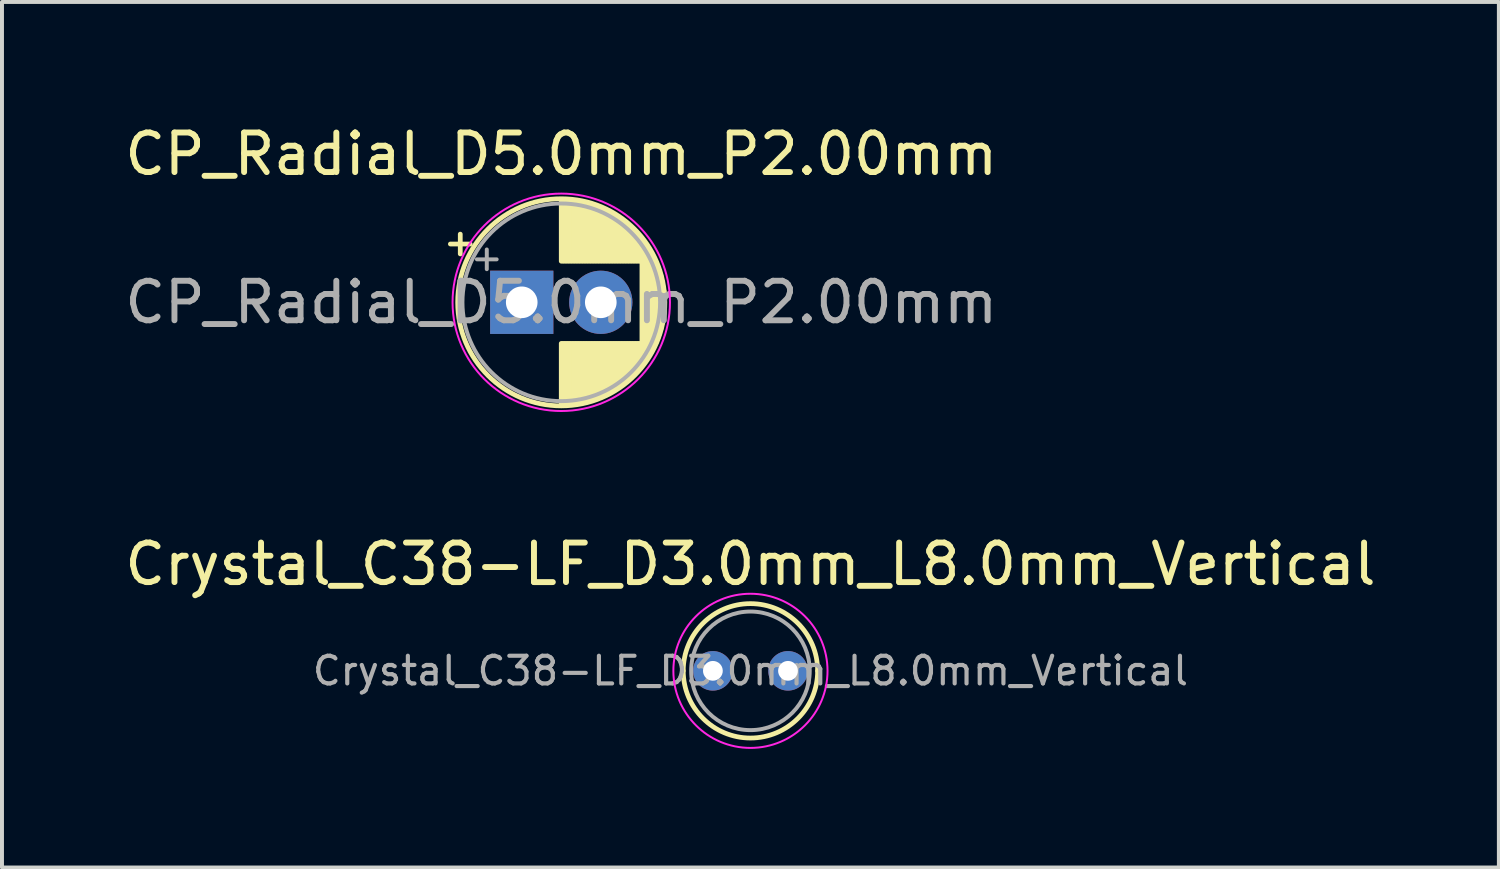
<source format=kicad_pcb>
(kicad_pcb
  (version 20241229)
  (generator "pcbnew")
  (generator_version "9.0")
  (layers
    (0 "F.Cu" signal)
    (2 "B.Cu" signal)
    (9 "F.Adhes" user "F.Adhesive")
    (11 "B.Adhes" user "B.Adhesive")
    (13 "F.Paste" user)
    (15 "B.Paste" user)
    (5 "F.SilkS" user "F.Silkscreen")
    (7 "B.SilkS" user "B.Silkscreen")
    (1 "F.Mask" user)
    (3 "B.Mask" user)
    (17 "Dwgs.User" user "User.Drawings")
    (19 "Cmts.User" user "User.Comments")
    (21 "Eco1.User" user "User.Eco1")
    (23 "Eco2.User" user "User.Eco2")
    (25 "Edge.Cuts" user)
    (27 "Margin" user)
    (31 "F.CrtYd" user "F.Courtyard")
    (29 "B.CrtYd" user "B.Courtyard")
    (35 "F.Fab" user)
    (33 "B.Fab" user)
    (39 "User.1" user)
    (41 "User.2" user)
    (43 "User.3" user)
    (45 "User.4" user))
  (footprint "CP_Radial_D5.0mm_P2.00mm"
    (layer "F.Cu")
    (at 10.149 4.598)
    (property "Reference" "CP_Radial_D5.0mm_P2.00mm" (at 1 -3.75 0) (layer "F.SilkS") (effects (font (size 1 1) (thickness 0.15))))
    (attr smd)
    (fp_line (start -1.805 -1.475) (end -1.305 -1.475) (stroke (width 0.12) (type solid)) (layer "F.SilkS"))
    (fp_line (start -1.555 -1.725) (end -1.555 -1.225) (stroke (width 0.12) (type solid)) (layer "F.SilkS"))
    (fp_line (start 1 -2.58) (end 1 -1.04) (stroke (width 0.12) (type solid)) (layer "F.SilkS"))
    (fp_line (start 1 1.04) (end 1 2.58) (stroke (width 0.12) (type solid)) (layer "F.SilkS"))
    (fp_line (start 1.04 -2.58) (end 1.04 -1.04) (stroke (width 0.12) (type solid)) (layer "F.SilkS"))
    (fp_line (start 1.04 1.04) (end 1.04 2.58) (stroke (width 0.12) (type solid)) (layer "F.SilkS"))
    (fp_line (start 1.08 -2.579) (end 1.08 -1.04) (stroke (width 0.12) (type solid)) (layer "F.SilkS"))
    (fp_line (start 1.08 1.04) (end 1.08 2.579) (stroke (width 0.12) (type solid)) (layer "F.SilkS"))
    (fp_line (start 1.12 -2.578) (end 1.12 -1.04) (stroke (width 0.12) (type solid)) (layer "F.SilkS"))
    (fp_line (start 1.12 1.04) (end 1.12 2.578) (stroke (width 0.12) (type solid)) (layer "F.SilkS"))
    (fp_line (start 1.16 -2.576) (end 1.16 -1.04) (stroke (width 0.12) (type solid)) (layer "F.SilkS"))
    (fp_line (start 1.16 1.04) (end 1.16 2.576) (stroke (width 0.12) (type solid)) (layer "F.SilkS"))
    (fp_line (start 1.2 -2.573) (end 1.2 -1.04) (stroke (width 0.12) (type solid)) (layer "F.SilkS"))
    (fp_line (start 1.2 1.04) (end 1.2 2.573) (stroke (width 0.12) (type solid)) (layer "F.SilkS"))
    (fp_line (start 1.24 -2.569) (end 1.24 -1.04) (stroke (width 0.12) (type solid)) (layer "F.SilkS"))
    (fp_line (start 1.24 1.04) (end 1.24 2.569) (stroke (width 0.12) (type solid)) (layer "F.SilkS"))
    (fp_line (start 1.28 -2.565) (end 1.28 -1.04) (stroke (width 0.12) (type solid)) (layer "F.SilkS"))
    (fp_line (start 1.28 1.04) (end 1.28 2.565) (stroke (width 0.12) (type solid)) (layer "F.SilkS"))
    (fp_line (start 1.32 -2.561) (end 1.32 -1.04) (stroke (width 0.12) (type solid)) (layer "F.SilkS"))
    (fp_line (start 1.32 1.04) (end 1.32 2.561) (stroke (width 0.12) (type solid)) (layer "F.SilkS"))
    (fp_line (start 1.36 -2.556) (end 1.36 -1.04) (stroke (width 0.12) (type solid)) (layer "F.SilkS"))
    (fp_line (start 1.36 1.04) (end 1.36 2.556) (stroke (width 0.12) (type solid)) (layer "F.SilkS"))
    (fp_line (start 1.4 -2.55) (end 1.4 -1.04) (stroke (width 0.12) (type solid)) (layer "F.SilkS"))
    (fp_line (start 1.4 1.04) (end 1.4 2.55) (stroke (width 0.12) (type solid)) (layer "F.SilkS"))
    (fp_line (start 1.44 -2.543) (end 1.44 -1.04) (stroke (width 0.12) (type solid)) (layer "F.SilkS"))
    (fp_line (start 1.44 1.04) (end 1.44 2.543) (stroke (width 0.12) (type solid)) (layer "F.SilkS"))
    (fp_line (start 1.48 -2.536) (end 1.48 -1.04) (stroke (width 0.12) (type solid)) (layer "F.SilkS"))
    (fp_line (start 1.48 1.04) (end 1.48 2.536) (stroke (width 0.12) (type solid)) (layer "F.SilkS"))
    (fp_line (start 1.52 -2.528) (end 1.52 -1.04) (stroke (width 0.12) (type solid)) (layer "F.SilkS"))
    (fp_line (start 1.52 1.04) (end 1.52 2.528) (stroke (width 0.12) (type solid)) (layer "F.SilkS"))
    (fp_line (start 1.56 -2.52) (end 1.56 -1.04) (stroke (width 0.12) (type solid)) (layer "F.SilkS"))
    (fp_line (start 1.56 1.04) (end 1.56 2.52) (stroke (width 0.12) (type solid)) (layer "F.SilkS"))
    (fp_line (start 1.6 -2.511) (end 1.6 -1.04) (stroke (width 0.12) (type solid)) (layer "F.SilkS"))
    (fp_line (start 1.6 1.04) (end 1.6 2.511) (stroke (width 0.12) (type solid)) (layer "F.SilkS"))
    (fp_line (start 1.64 -2.501) (end 1.64 -1.04) (stroke (width 0.12) (type solid)) (layer "F.SilkS"))
    (fp_line (start 1.64 1.04) (end 1.64 2.501) (stroke (width 0.12) (type solid)) (layer "F.SilkS"))
    (fp_line (start 1.68 -2.491) (end 1.68 -1.04) (stroke (width 0.12) (type solid)) (layer "F.SilkS"))
    (fp_line (start 1.68 1.04) (end 1.68 2.491) (stroke (width 0.12) (type solid)) (layer "F.SilkS"))
    (fp_line (start 1.721 -2.48) (end 1.721 -1.04) (stroke (width 0.12) (type solid)) (layer "F.SilkS"))
    (fp_line (start 1.721 1.04) (end 1.721 2.48) (stroke (width 0.12) (type solid)) (layer "F.SilkS"))
    (fp_line (start 1.761 -2.468) (end 1.761 -1.04) (stroke (width 0.12) (type solid)) (layer "F.SilkS"))
    (fp_line (start 1.761 1.04) (end 1.761 2.468) (stroke (width 0.12) (type solid)) (layer "F.SilkS"))
    (fp_line (start 1.801 -2.455) (end 1.801 -1.04) (stroke (width 0.12) (type solid)) (layer "F.SilkS"))
    (fp_line (start 1.801 1.04) (end 1.801 2.455) (stroke (width 0.12) (type solid)) (layer "F.SilkS"))
    (fp_line (start 1.841 -2.442) (end 1.841 -1.04) (stroke (width 0.12) (type solid)) (layer "F.SilkS"))
    (fp_line (start 1.841 1.04) (end 1.841 2.442) (stroke (width 0.12) (type solid)) (layer "F.SilkS"))
    (fp_line (start 1.881 -2.428) (end 1.881 -1.04) (stroke (width 0.12) (type solid)) (layer "F.SilkS"))
    (fp_line (start 1.881 1.04) (end 1.881 2.428) (stroke (width 0.12) (type solid)) (layer "F.SilkS"))
    (fp_line (start 1.921 -2.414) (end 1.921 -1.04) (stroke (width 0.12) (type solid)) (layer "F.SilkS"))
    (fp_line (start 1.921 1.04) (end 1.921 2.414) (stroke (width 0.12) (type solid)) (layer "F.SilkS"))
    (fp_line (start 1.961 -2.398) (end 1.961 -1.04) (stroke (width 0.12) (type solid)) (layer "F.SilkS"))
    (fp_line (start 1.961 1.04) (end 1.961 2.398) (stroke (width 0.12) (type solid)) (layer "F.SilkS"))
    (fp_line (start 2.001 -2.382) (end 2.001 -1.04) (stroke (width 0.12) (type solid)) (layer "F.SilkS"))
    (fp_line (start 2.001 1.04) (end 2.001 2.382) (stroke (width 0.12) (type solid)) (layer "F.SilkS"))
    (fp_line (start 2.041 -2.365) (end 2.041 -1.04) (stroke (width 0.12) (type solid)) (layer "F.SilkS"))
    (fp_line (start 2.041 1.04) (end 2.041 2.365) (stroke (width 0.12) (type solid)) (layer "F.SilkS"))
    (fp_line (start 2.081 -2.348) (end 2.081 -1.04) (stroke (width 0.12) (type solid)) (layer "F.SilkS"))
    (fp_line (start 2.081 1.04) (end 2.081 2.348) (stroke (width 0.12) (type solid)) (layer "F.SilkS"))
    (fp_line (start 2.121 -2.329) (end 2.121 -1.04) (stroke (width 0.12) (type solid)) (layer "F.SilkS"))
    (fp_line (start 2.121 1.04) (end 2.121 2.329) (stroke (width 0.12) (type solid)) (layer "F.SilkS"))
    (fp_line (start 2.161 -2.31) (end 2.161 -1.04) (stroke (width 0.12) (type solid)) (layer "F.SilkS"))
    (fp_line (start 2.161 1.04) (end 2.161 2.31) (stroke (width 0.12) (type solid)) (layer "F.SilkS"))
    (fp_line (start 2.201 -2.29) (end 2.201 -1.04) (stroke (width 0.12) (type solid)) (layer "F.SilkS"))
    (fp_line (start 2.201 1.04) (end 2.201 2.29) (stroke (width 0.12) (type solid)) (layer "F.SilkS"))
    (fp_line (start 2.241 -2.268) (end 2.241 -1.04) (stroke (width 0.12) (type solid)) (layer "F.SilkS"))
    (fp_line (start 2.241 1.04) (end 2.241 2.268) (stroke (width 0.12) (type solid)) (layer "F.SilkS"))
    (fp_line (start 2.281 -2.247) (end 2.281 -1.04) (stroke (width 0.12) (type solid)) (layer "F.SilkS"))
    (fp_line (start 2.281 1.04) (end 2.281 2.247) (stroke (width 0.12) (type solid)) (layer "F.SilkS"))
    (fp_line (start 2.321 -2.224) (end 2.321 -1.04) (stroke (width 0.12) (type solid)) (layer "F.SilkS"))
    (fp_line (start 2.321 1.04) (end 2.321 2.224) (stroke (width 0.12) (type solid)) (layer "F.SilkS"))
    (fp_line (start 2.361 -2.2) (end 2.361 -1.04) (stroke (width 0.12) (type solid)) (layer "F.SilkS"))
    (fp_line (start 2.361 1.04) (end 2.361 2.2) (stroke (width 0.12) (type solid)) (layer "F.SilkS"))
    (fp_line (start 2.401 -2.175) (end 2.401 -1.04) (stroke (width 0.12) (type solid)) (layer "F.SilkS"))
    (fp_line (start 2.401 1.04) (end 2.401 2.175) (stroke (width 0.12) (type solid)) (layer "F.SilkS"))
    (fp_line (start 2.441 -2.149) (end 2.441 -1.04) (stroke (width 0.12) (type solid)) (layer "F.SilkS"))
    (fp_line (start 2.441 1.04) (end 2.441 2.149) (stroke (width 0.12) (type solid)) (layer "F.SilkS"))
    (fp_line (start 2.481 -2.122) (end 2.481 -1.04) (stroke (width 0.12) (type solid)) (layer "F.SilkS"))
    (fp_line (start 2.481 1.04) (end 2.481 2.122) (stroke (width 0.12) (type solid)) (layer "F.SilkS"))
    (fp_line (start 2.521 -2.095) (end 2.521 -1.04) (stroke (width 0.12) (type solid)) (layer "F.SilkS"))
    (fp_line (start 2.521 1.04) (end 2.521 2.095) (stroke (width 0.12) (type solid)) (layer "F.SilkS"))
    (fp_line (start 2.561 -2.065) (end 2.561 -1.04) (stroke (width 0.12) (type solid)) (layer "F.SilkS"))
    (fp_line (start 2.561 1.04) (end 2.561 2.065) (stroke (width 0.12) (type solid)) (layer "F.SilkS"))
    (fp_line (start 2.601 -2.035) (end 2.601 -1.04) (stroke (width 0.12) (type solid)) (layer "F.SilkS"))
    (fp_line (start 2.601 1.04) (end 2.601 2.035) (stroke (width 0.12) (type solid)) (layer "F.SilkS"))
    (fp_line (start 2.641 -2.004) (end 2.641 -1.04) (stroke (width 0.12) (type solid)) (layer "F.SilkS"))
    (fp_line (start 2.641 1.04) (end 2.641 2.004) (stroke (width 0.12) (type solid)) (layer "F.SilkS"))
    (fp_line (start 2.681 -1.971) (end 2.681 -1.04) (stroke (width 0.12) (type solid)) (layer "F.SilkS"))
    (fp_line (start 2.681 1.04) (end 2.681 1.971) (stroke (width 0.12) (type solid)) (layer "F.SilkS"))
    (fp_line (start 2.721 -1.937) (end 2.721 -1.04) (stroke (width 0.12) (type solid)) (layer "F.SilkS"))
    (fp_line (start 2.721 1.04) (end 2.721 1.937) (stroke (width 0.12) (type solid)) (layer "F.SilkS"))
    (fp_line (start 2.761 -1.901) (end 2.761 -1.04) (stroke (width 0.12) (type solid)) (layer "F.SilkS"))
    (fp_line (start 2.761 1.04) (end 2.761 1.901) (stroke (width 0.12) (type solid)) (layer "F.SilkS"))
    (fp_line (start 2.801 -1.864) (end 2.801 -1.04) (stroke (width 0.12) (type solid)) (layer "F.SilkS"))
    (fp_line (start 2.801 1.04) (end 2.801 1.864) (stroke (width 0.12) (type solid)) (layer "F.SilkS"))
    (fp_line (start 2.841 -1.826) (end 2.841 -1.04) (stroke (width 0.12) (type solid)) (layer "F.SilkS"))
    (fp_line (start 2.841 1.04) (end 2.841 1.826) (stroke (width 0.12) (type solid)) (layer "F.SilkS"))
    (fp_line (start 2.881 -1.785) (end 2.881 -1.04) (stroke (width 0.12) (type solid)) (layer "F.SilkS"))
    (fp_line (start 2.881 1.04) (end 2.881 1.785) (stroke (width 0.12) (type solid)) (layer "F.SilkS"))
    (fp_line (start 2.921 -1.743) (end 2.921 -1.04) (stroke (width 0.12) (type solid)) (layer "F.SilkS"))
    (fp_line (start 2.921 1.04) (end 2.921 1.743) (stroke (width 0.12) (type solid)) (layer "F.SilkS"))
    (fp_line (start 2.961 -1.699) (end 2.961 -1.04) (stroke (width 0.12) (type solid)) (layer "F.SilkS"))
    (fp_line (start 2.961 1.04) (end 2.961 1.699) (stroke (width 0.12) (type solid)) (layer "F.SilkS"))
    (fp_line (start 3.001 -1.653) (end 3.001 -1.04) (stroke (width 0.12) (type solid)) (layer "F.SilkS"))
    (fp_line (start 3.001 1.04) (end 3.001 1.653) (stroke (width 0.12) (type solid)) (layer "F.SilkS"))
    (fp_line (start 3.041 -1.605) (end 3.041 1.605) (stroke (width 0.12) (type solid)) (layer "F.SilkS"))
    (fp_line (start 3.081 -1.554) (end 3.081 1.554) (stroke (width 0.12) (type solid)) (layer "F.SilkS"))
    (fp_line (start 3.121 -1.5) (end 3.121 1.5) (stroke (width 0.12) (type solid)) (layer "F.SilkS"))
    (fp_line (start 3.161 -1.443) (end 3.161 1.443) (stroke (width 0.12) (type solid)) (layer "F.SilkS"))
    (fp_line (start 3.201 -1.383) (end 3.201 1.383) (stroke (width 0.12) (type solid)) (layer "F.SilkS"))
    (fp_line (start 3.241 -1.319) (end 3.241 1.319) (stroke (width 0.12) (type solid)) (layer "F.SilkS"))
    (fp_line (start 3.281 -1.251) (end 3.281 1.251) (stroke (width 0.12) (type solid)) (layer "F.SilkS"))
    (fp_line (start 3.321 -1.178) (end 3.321 1.178) (stroke (width 0.12) (type solid)) (layer "F.SilkS"))
    (fp_line (start 3.361 -1.098) (end 3.361 1.098) (stroke (width 0.12) (type solid)) (layer "F.SilkS"))
    (fp_line (start 3.401 -1.011) (end 3.401 1.011) (stroke (width 0.12) (type solid)) (layer "F.SilkS"))
    (fp_line (start 3.441 -0.915) (end 3.441 0.915) (stroke (width 0.12) (type solid)) (layer "F.SilkS"))
    (fp_line (start 3.481 -0.805) (end 3.481 0.805) (stroke (width 0.12) (type solid)) (layer "F.SilkS"))
    (fp_line (start 3.521 -0.677) (end 3.521 0.677) (stroke (width 0.12) (type solid)) (layer "F.SilkS"))
    (fp_line (start 3.561 -0.518) (end 3.561 0.518) (stroke (width 0.12) (type solid)) (layer "F.SilkS"))
    (fp_line (start 3.601 -0.284) (end 3.601 0.284) (stroke (width 0.12) (type solid)) (layer "F.SilkS"))
    (fp_circle (center 1 0) (end 3.62 0) (stroke (width 0.12) (type solid)) (fill no) (layer "F.SilkS"))
    (fp_circle (center 1 0) (end 3.75 0) (stroke (width 0.05) (type solid)) (fill no) (layer "F.CrtYd"))
    (fp_line (start -1.134 -1.087) (end -0.634 -1.087) (stroke (width 0.1) (type solid)) (layer "F.Fab"))
    (fp_line (start -0.884 -1.337) (end -0.884 -0.838) (stroke (width 0.1) (type solid)) (layer "F.Fab"))
    (fp_circle (center 1 0) (end 3.5 0) (stroke (width 0.1) (type solid)) (fill no) (layer "F.Fab"))
    (fp_text user "${REFERENCE}" (at 1 0 0) (layer "F.Fab") (effects (font (size 1 1) (thickness 0.15))))
    (pad "1" thru_hole rect (at 0 0) (size 1.6 1.6) (drill 0.8) (layers "*.Cu" "*.Mask"))
    (pad "2" thru_hole circle (at 2 0) (size 1.6 1.6) (drill 0.8) (layers "*.Cu" "*.Mask")))
  (footprint "Crystal_C38-LF_D3.0mm_L8.0mm_Vertical"
    (layer "F.Cu")
    (at 14.985 13.921)
    (property "Reference" "Crystal_C38-LF_D3.0mm_L8.0mm_Vertical" (at 0.95 -2.7 0) (layer "F.SilkS") (effects (font (size 1 1) (thickness 0.15))))
    (attr smd)
    (fp_arc (start -0.75 0) (mid 0.95 -1.7) (end 2.65 0) (stroke (width 0.12) (type solid)) (layer "F.SilkS"))
    (fp_arc (start 2.65 0) (mid 0.95 1.7) (end -0.75 0) (stroke (width 0.12) (type solid)) (layer "F.SilkS"))
    (fp_circle (center 0.95 0) (end 2.9 0) (stroke (width 0.05) (type solid)) (fill no) (layer "F.CrtYd"))
    (fp_circle (center 0.95 0) (end 2.45 0) (stroke (width 0.1) (type solid)) (fill no) (layer "F.Fab"))
    (fp_text user "${REFERENCE}" (at 0.95 0 0) (layer "F.Fab") (effects (font (size 0.7 0.7) (thickness 0.105))))
    (pad "1" thru_hole circle (at 0 0) (size 1 1) (drill 0.5) (layers "*.Cu" "*.Mask"))
    (pad "2" thru_hole circle (at 1.9 0) (size 1 1) (drill 0.5) (layers "*.Cu" "*.Mask")))
  (gr_rect
    (start -3 -3)
    (end 34.869 18.896)
    (stroke (width 0.1) (type default))
    (fill no)
    (layer "Edge.Cuts")))
</source>
